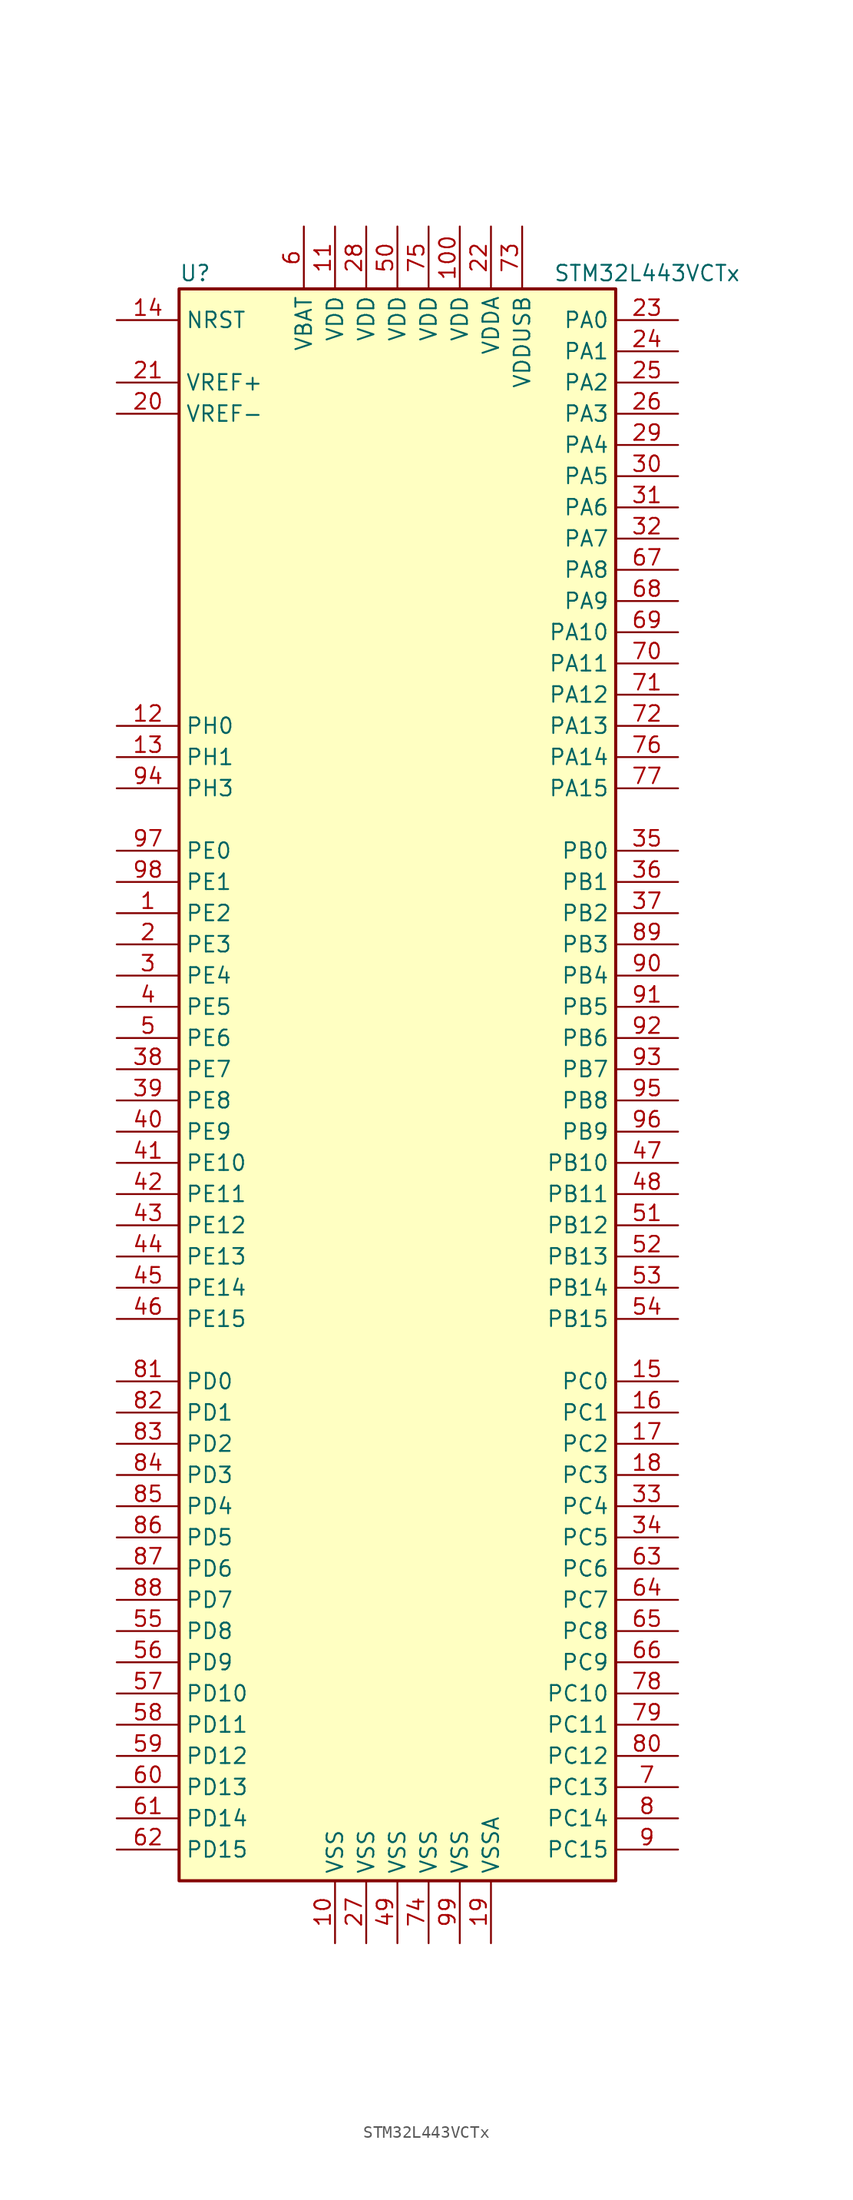
<source format=kicad_sym>
(kicad_symbol_lib
  (version 20201005)
  (generator kicad_symbol_editor)
  (symbol "STM32L443VCTx"
    (property "Reference" "U"
      (at -17.78 64.77 0)
      (effects (font (size 1.27 1.27)) (justify left)))
    (property "Value" "STM32L443VCTx"
      (at 12.7 64.77 0)
      (effects (font (size 1.27 1.27)) (justify left)))
    (symbol "STM32L443VCTx_0_1"
      (rectangle (start -17.78 -66.04) (end 17.78 63.5) (stroke (width 0.254)) (fill (type background))))
    (symbol "STM32L443VCTx_1_1"
      (pin input line (at -22.86 60.96 0) (length 5.08) (name "NRST" (effects (font (size 1.27 1.27)))) (number "14" (effects (font (size 1.27 1.27)))))
      (pin bidirectional line (at 22.86 60.96 180) (length 5.08) (name "PA0" (effects (font (size 1.27 1.27)))) (number "23" (effects (font (size 1.27 1.27)))))
      (pin bidirectional line (at 22.86 58.42 180) (length 5.08) (name "PA1" (effects (font (size 1.27 1.27)))) (number "24" (effects (font (size 1.27 1.27)))))
      (pin bidirectional line (at 22.86 35.56 180) (length 5.08) (name "PA10" (effects (font (size 1.27 1.27)))) (number "69" (effects (font (size 1.27 1.27)))))
      (pin bidirectional line (at 22.86 33.02 180) (length 5.08) (name "PA11" (effects (font (size 1.27 1.27)))) (number "70" (effects (font (size 1.27 1.27)))))
      (pin bidirectional line (at 22.86 30.48 180) (length 5.08) (name "PA12" (effects (font (size 1.27 1.27)))) (number "71" (effects (font (size 1.27 1.27)))))
      (pin bidirectional line (at 22.86 27.94 180) (length 5.08) (name "PA13" (effects (font (size 1.27 1.27)))) (number "72" (effects (font (size 1.27 1.27)))))
      (pin bidirectional line (at 22.86 25.4 180) (length 5.08) (name "PA14" (effects (font (size 1.27 1.27)))) (number "76" (effects (font (size 1.27 1.27)))))
      (pin bidirectional line (at 22.86 22.86 180) (length 5.08) (name "PA15" (effects (font (size 1.27 1.27)))) (number "77" (effects (font (size 1.27 1.27)))))
      (pin bidirectional line (at 22.86 55.88 180) (length 5.08) (name "PA2" (effects (font (size 1.27 1.27)))) (number "25" (effects (font (size 1.27 1.27)))))
      (pin bidirectional line (at 22.86 53.34 180) (length 5.08) (name "PA3" (effects (font (size 1.27 1.27)))) (number "26" (effects (font (size 1.27 1.27)))))
      (pin bidirectional line (at 22.86 50.8 180) (length 5.08) (name "PA4" (effects (font (size 1.27 1.27)))) (number "29" (effects (font (size 1.27 1.27)))))
      (pin bidirectional line (at 22.86 48.26 180) (length 5.08) (name "PA5" (effects (font (size 1.27 1.27)))) (number "30" (effects (font (size 1.27 1.27)))))
      (pin bidirectional line (at 22.86 45.72 180) (length 5.08) (name "PA6" (effects (font (size 1.27 1.27)))) (number "31" (effects (font (size 1.27 1.27)))))
      (pin bidirectional line (at 22.86 43.18 180) (length 5.08) (name "PA7" (effects (font (size 1.27 1.27)))) (number "32" (effects (font (size 1.27 1.27)))))
      (pin bidirectional line (at 22.86 40.64 180) (length 5.08) (name "PA8" (effects (font (size 1.27 1.27)))) (number "67" (effects (font (size 1.27 1.27)))))
      (pin bidirectional line (at 22.86 38.1 180) (length 5.08) (name "PA9" (effects (font (size 1.27 1.27)))) (number "68" (effects (font (size 1.27 1.27)))))
      (pin bidirectional line (at 22.86 17.78 180) (length 5.08) (name "PB0" (effects (font (size 1.27 1.27)))) (number "35" (effects (font (size 1.27 1.27)))))
      (pin bidirectional line (at 22.86 15.24 180) (length 5.08) (name "PB1" (effects (font (size 1.27 1.27)))) (number "36" (effects (font (size 1.27 1.27)))))
      (pin bidirectional line (at 22.86 -7.62 180) (length 5.08) (name "PB10" (effects (font (size 1.27 1.27)))) (number "47" (effects (font (size 1.27 1.27)))))
      (pin bidirectional line (at 22.86 -10.16 180) (length 5.08) (name "PB11" (effects (font (size 1.27 1.27)))) (number "48" (effects (font (size 1.27 1.27)))))
      (pin bidirectional line (at 22.86 -12.7 180) (length 5.08) (name "PB12" (effects (font (size 1.27 1.27)))) (number "51" (effects (font (size 1.27 1.27)))))
      (pin bidirectional line (at 22.86 -15.24 180) (length 5.08) (name "PB13" (effects (font (size 1.27 1.27)))) (number "52" (effects (font (size 1.27 1.27)))))
      (pin bidirectional line (at 22.86 -17.78 180) (length 5.08) (name "PB14" (effects (font (size 1.27 1.27)))) (number "53" (effects (font (size 1.27 1.27)))))
      (pin bidirectional line (at 22.86 -20.32 180) (length 5.08) (name "PB15" (effects (font (size 1.27 1.27)))) (number "54" (effects (font (size 1.27 1.27)))))
      (pin bidirectional line (at 22.86 12.7 180) (length 5.08) (name "PB2" (effects (font (size 1.27 1.27)))) (number "37" (effects (font (size 1.27 1.27)))))
      (pin bidirectional line (at 22.86 10.16 180) (length 5.08) (name "PB3" (effects (font (size 1.27 1.27)))) (number "89" (effects (font (size 1.27 1.27)))))
      (pin bidirectional line (at 22.86 7.62 180) (length 5.08) (name "PB4" (effects (font (size 1.27 1.27)))) (number "90" (effects (font (size 1.27 1.27)))))
      (pin bidirectional line (at 22.86 5.08 180) (length 5.08) (name "PB5" (effects (font (size 1.27 1.27)))) (number "91" (effects (font (size 1.27 1.27)))))
      (pin bidirectional line (at 22.86 2.54 180) (length 5.08) (name "PB6" (effects (font (size 1.27 1.27)))) (number "92" (effects (font (size 1.27 1.27)))))
      (pin bidirectional line (at 22.86 0 180) (length 5.08) (name "PB7" (effects (font (size 1.27 1.27)))) (number "93" (effects (font (size 1.27 1.27)))))
      (pin bidirectional line (at 22.86 -2.54 180) (length 5.08) (name "PB8" (effects (font (size 1.27 1.27)))) (number "95" (effects (font (size 1.27 1.27)))))
      (pin bidirectional line (at 22.86 -5.08 180) (length 5.08) (name "PB9" (effects (font (size 1.27 1.27)))) (number "96" (effects (font (size 1.27 1.27)))))
      (pin bidirectional line (at 22.86 -25.4 180) (length 5.08) (name "PC0" (effects (font (size 1.27 1.27)))) (number "15" (effects (font (size 1.27 1.27)))))
      (pin bidirectional line (at 22.86 -27.94 180) (length 5.08) (name "PC1" (effects (font (size 1.27 1.27)))) (number "16" (effects (font (size 1.27 1.27)))))
      (pin bidirectional line (at 22.86 -50.8 180) (length 5.08) (name "PC10" (effects (font (size 1.27 1.27)))) (number "78" (effects (font (size 1.27 1.27)))))
      (pin bidirectional line (at 22.86 -53.34 180) (length 5.08) (name "PC11" (effects (font (size 1.27 1.27)))) (number "79" (effects (font (size 1.27 1.27)))))
      (pin bidirectional line (at 22.86 -55.88 180) (length 5.08) (name "PC12" (effects (font (size 1.27 1.27)))) (number "80" (effects (font (size 1.27 1.27)))))
      (pin bidirectional line (at 22.86 -58.42 180) (length 5.08) (name "PC13" (effects (font (size 1.27 1.27)))) (number "7" (effects (font (size 1.27 1.27)))))
      (pin bidirectional line (at 22.86 -60.96 180) (length 5.08) (name "PC14" (effects (font (size 1.27 1.27)))) (number "8" (effects (font (size 1.27 1.27)))))
      (pin bidirectional line (at 22.86 -63.5 180) (length 5.08) (name "PC15" (effects (font (size 1.27 1.27)))) (number "9" (effects (font (size 1.27 1.27)))))
      (pin bidirectional line (at 22.86 -30.48 180) (length 5.08) (name "PC2" (effects (font (size 1.27 1.27)))) (number "17" (effects (font (size 1.27 1.27)))))
      (pin bidirectional line (at 22.86 -33.02 180) (length 5.08) (name "PC3" (effects (font (size 1.27 1.27)))) (number "18" (effects (font (size 1.27 1.27)))))
      (pin bidirectional line (at 22.86 -35.56 180) (length 5.08) (name "PC4" (effects (font (size 1.27 1.27)))) (number "33" (effects (font (size 1.27 1.27)))))
      (pin bidirectional line (at 22.86 -38.1 180) (length 5.08) (name "PC5" (effects (font (size 1.27 1.27)))) (number "34" (effects (font (size 1.27 1.27)))))
      (pin bidirectional line (at 22.86 -40.64 180) (length 5.08) (name "PC6" (effects (font (size 1.27 1.27)))) (number "63" (effects (font (size 1.27 1.27)))))
      (pin bidirectional line (at 22.86 -43.18 180) (length 5.08) (name "PC7" (effects (font (size 1.27 1.27)))) (number "64" (effects (font (size 1.27 1.27)))))
      (pin bidirectional line (at 22.86 -45.72 180) (length 5.08) (name "PC8" (effects (font (size 1.27 1.27)))) (number "65" (effects (font (size 1.27 1.27)))))
      (pin bidirectional line (at 22.86 -48.26 180) (length 5.08) (name "PC9" (effects (font (size 1.27 1.27)))) (number "66" (effects (font (size 1.27 1.27)))))
      (pin bidirectional line (at -22.86 -25.4 0) (length 5.08) (name "PD0" (effects (font (size 1.27 1.27)))) (number "81" (effects (font (size 1.27 1.27)))))
      (pin bidirectional line (at -22.86 -27.94 0) (length 5.08) (name "PD1" (effects (font (size 1.27 1.27)))) (number "82" (effects (font (size 1.27 1.27)))))
      (pin bidirectional line (at -22.86 -50.8 0) (length 5.08) (name "PD10" (effects (font (size 1.27 1.27)))) (number "57" (effects (font (size 1.27 1.27)))))
      (pin bidirectional line (at -22.86 -53.34 0) (length 5.08) (name "PD11" (effects (font (size 1.27 1.27)))) (number "58" (effects (font (size 1.27 1.27)))))
      (pin bidirectional line (at -22.86 -55.88 0) (length 5.08) (name "PD12" (effects (font (size 1.27 1.27)))) (number "59" (effects (font (size 1.27 1.27)))))
      (pin bidirectional line (at -22.86 -58.42 0) (length 5.08) (name "PD13" (effects (font (size 1.27 1.27)))) (number "60" (effects (font (size 1.27 1.27)))))
      (pin bidirectional line (at -22.86 -60.96 0) (length 5.08) (name "PD14" (effects (font (size 1.27 1.27)))) (number "61" (effects (font (size 1.27 1.27)))))
      (pin bidirectional line (at -22.86 -63.5 0) (length 5.08) (name "PD15" (effects (font (size 1.27 1.27)))) (number "62" (effects (font (size 1.27 1.27)))))
      (pin bidirectional line (at -22.86 -30.48 0) (length 5.08) (name "PD2" (effects (font (size 1.27 1.27)))) (number "83" (effects (font (size 1.27 1.27)))))
      (pin bidirectional line (at -22.86 -33.02 0) (length 5.08) (name "PD3" (effects (font (size 1.27 1.27)))) (number "84" (effects (font (size 1.27 1.27)))))
      (pin bidirectional line (at -22.86 -35.56 0) (length 5.08) (name "PD4" (effects (font (size 1.27 1.27)))) (number "85" (effects (font (size 1.27 1.27)))))
      (pin bidirectional line (at -22.86 -38.1 0) (length 5.08) (name "PD5" (effects (font (size 1.27 1.27)))) (number "86" (effects (font (size 1.27 1.27)))))
      (pin bidirectional line (at -22.86 -40.64 0) (length 5.08) (name "PD6" (effects (font (size 1.27 1.27)))) (number "87" (effects (font (size 1.27 1.27)))))
      (pin bidirectional line (at -22.86 -43.18 0) (length 5.08) (name "PD7" (effects (font (size 1.27 1.27)))) (number "88" (effects (font (size 1.27 1.27)))))
      (pin bidirectional line (at -22.86 -45.72 0) (length 5.08) (name "PD8" (effects (font (size 1.27 1.27)))) (number "55" (effects (font (size 1.27 1.27)))))
      (pin bidirectional line (at -22.86 -48.26 0) (length 5.08) (name "PD9" (effects (font (size 1.27 1.27)))) (number "56" (effects (font (size 1.27 1.27)))))
      (pin bidirectional line (at -22.86 17.78 0) (length 5.08) (name "PE0" (effects (font (size 1.27 1.27)))) (number "97" (effects (font (size 1.27 1.27)))))
      (pin bidirectional line (at -22.86 15.24 0) (length 5.08) (name "PE1" (effects (font (size 1.27 1.27)))) (number "98" (effects (font (size 1.27 1.27)))))
      (pin bidirectional line (at -22.86 -7.62 0) (length 5.08) (name "PE10" (effects (font (size 1.27 1.27)))) (number "41" (effects (font (size 1.27 1.27)))))
      (pin bidirectional line (at -22.86 -10.16 0) (length 5.08) (name "PE11" (effects (font (size 1.27 1.27)))) (number "42" (effects (font (size 1.27 1.27)))))
      (pin bidirectional line (at -22.86 -12.7 0) (length 5.08) (name "PE12" (effects (font (size 1.27 1.27)))) (number "43" (effects (font (size 1.27 1.27)))))
      (pin bidirectional line (at -22.86 -15.24 0) (length 5.08) (name "PE13" (effects (font (size 1.27 1.27)))) (number "44" (effects (font (size 1.27 1.27)))))
      (pin bidirectional line (at -22.86 -17.78 0) (length 5.08) (name "PE14" (effects (font (size 1.27 1.27)))) (number "45" (effects (font (size 1.27 1.27)))))
      (pin bidirectional line (at -22.86 -20.32 0) (length 5.08) (name "PE15" (effects (font (size 1.27 1.27)))) (number "46" (effects (font (size 1.27 1.27)))))
      (pin bidirectional line (at -22.86 12.7 0) (length 5.08) (name "PE2" (effects (font (size 1.27 1.27)))) (number "1" (effects (font (size 1.27 1.27)))))
      (pin bidirectional line (at -22.86 10.16 0) (length 5.08) (name "PE3" (effects (font (size 1.27 1.27)))) (number "2" (effects (font (size 1.27 1.27)))))
      (pin bidirectional line (at -22.86 7.62 0) (length 5.08) (name "PE4" (effects (font (size 1.27 1.27)))) (number "3" (effects (font (size 1.27 1.27)))))
      (pin bidirectional line (at -22.86 5.08 0) (length 5.08) (name "PE5" (effects (font (size 1.27 1.27)))) (number "4" (effects (font (size 1.27 1.27)))))
      (pin bidirectional line (at -22.86 2.54 0) (length 5.08) (name "PE6" (effects (font (size 1.27 1.27)))) (number "5" (effects (font (size 1.27 1.27)))))
      (pin bidirectional line (at -22.86 0 0) (length 5.08) (name "PE7" (effects (font (size 1.27 1.27)))) (number "38" (effects (font (size 1.27 1.27)))))
      (pin bidirectional line (at -22.86 -2.54 0) (length 5.08) (name "PE8" (effects (font (size 1.27 1.27)))) (number "39" (effects (font (size 1.27 1.27)))))
      (pin bidirectional line (at -22.86 -5.08 0) (length 5.08) (name "PE9" (effects (font (size 1.27 1.27)))) (number "40" (effects (font (size 1.27 1.27)))))
      (pin input line (at -22.86 27.94 0) (length 5.08) (name "PH0" (effects (font (size 1.27 1.27)))) (number "12" (effects (font (size 1.27 1.27)))))
      (pin input line (at -22.86 25.4 0) (length 5.08) (name "PH1" (effects (font (size 1.27 1.27)))) (number "13" (effects (font (size 1.27 1.27)))))
      (pin bidirectional line (at -22.86 22.86 0) (length 5.08) (name "PH3" (effects (font (size 1.27 1.27)))) (number "94" (effects (font (size 1.27 1.27)))))
      (pin power_in line (at -7.62 68.58 270) (length 5.08) (name "VBAT" (effects (font (size 1.27 1.27)))) (number "6" (effects (font (size 1.27 1.27)))))
      (pin power_in line (at 5.08 68.58 270) (length 5.08) (name "VDD" (effects (font (size 1.27 1.27)))) (number "100" (effects (font (size 1.27 1.27)))))
      (pin power_in line (at -5.08 68.58 270) (length 5.08) (name "VDD" (effects (font (size 1.27 1.27)))) (number "11" (effects (font (size 1.27 1.27)))))
      (pin power_in line (at -2.54 68.58 270) (length 5.08) (name "VDD" (effects (font (size 1.27 1.27)))) (number "28" (effects (font (size 1.27 1.27)))))
      (pin power_in line (at 0 68.58 270) (length 5.08) (name "VDD" (effects (font (size 1.27 1.27)))) (number "50" (effects (font (size 1.27 1.27)))))
      (pin power_in line (at 2.54 68.58 270) (length 5.08) (name "VDD" (effects (font (size 1.27 1.27)))) (number "75" (effects (font (size 1.27 1.27)))))
      (pin power_in line (at 7.62 68.58 270) (length 5.08) (name "VDDA" (effects (font (size 1.27 1.27)))) (number "22" (effects (font (size 1.27 1.27)))))
      (pin power_in line (at 10.16 68.58 270) (length 5.08) (name "VDDUSB" (effects (font (size 1.27 1.27)))) (number "73" (effects (font (size 1.27 1.27)))))
      (pin bidirectional line (at -22.86 55.88 0) (length 5.08) (name "VREF+" (effects (font (size 1.27 1.27)))) (number "21" (effects (font (size 1.27 1.27)))))
      (pin power_in line (at -22.86 53.34 0) (length 5.08) (name "VREF-" (effects (font (size 1.27 1.27)))) (number "20" (effects (font (size 1.27 1.27)))))
      (pin power_in line (at -5.08 -71.12 90) (length 5.08) (name "VSS" (effects (font (size 1.27 1.27)))) (number "10" (effects (font (size 1.27 1.27)))))
      (pin power_in line (at -2.54 -71.12 90) (length 5.08) (name "VSS" (effects (font (size 1.27 1.27)))) (number "27" (effects (font (size 1.27 1.27)))))
      (pin power_in line (at 0 -71.12 90) (length 5.08) (name "VSS" (effects (font (size 1.27 1.27)))) (number "49" (effects (font (size 1.27 1.27)))))
      (pin power_in line (at 2.54 -71.12 90) (length 5.08) (name "VSS" (effects (font (size 1.27 1.27)))) (number "74" (effects (font (size 1.27 1.27)))))
      (pin power_in line (at 5.08 -71.12 90) (length 5.08) (name "VSS" (effects (font (size 1.27 1.27)))) (number "99" (effects (font (size 1.27 1.27)))))
      (pin power_in line (at 7.62 -71.12 90) (length 5.08) (name "VSSA" (effects (font (size 1.27 1.27)))) (number "19" (effects (font (size 1.27 1.27))))))))
</source>
